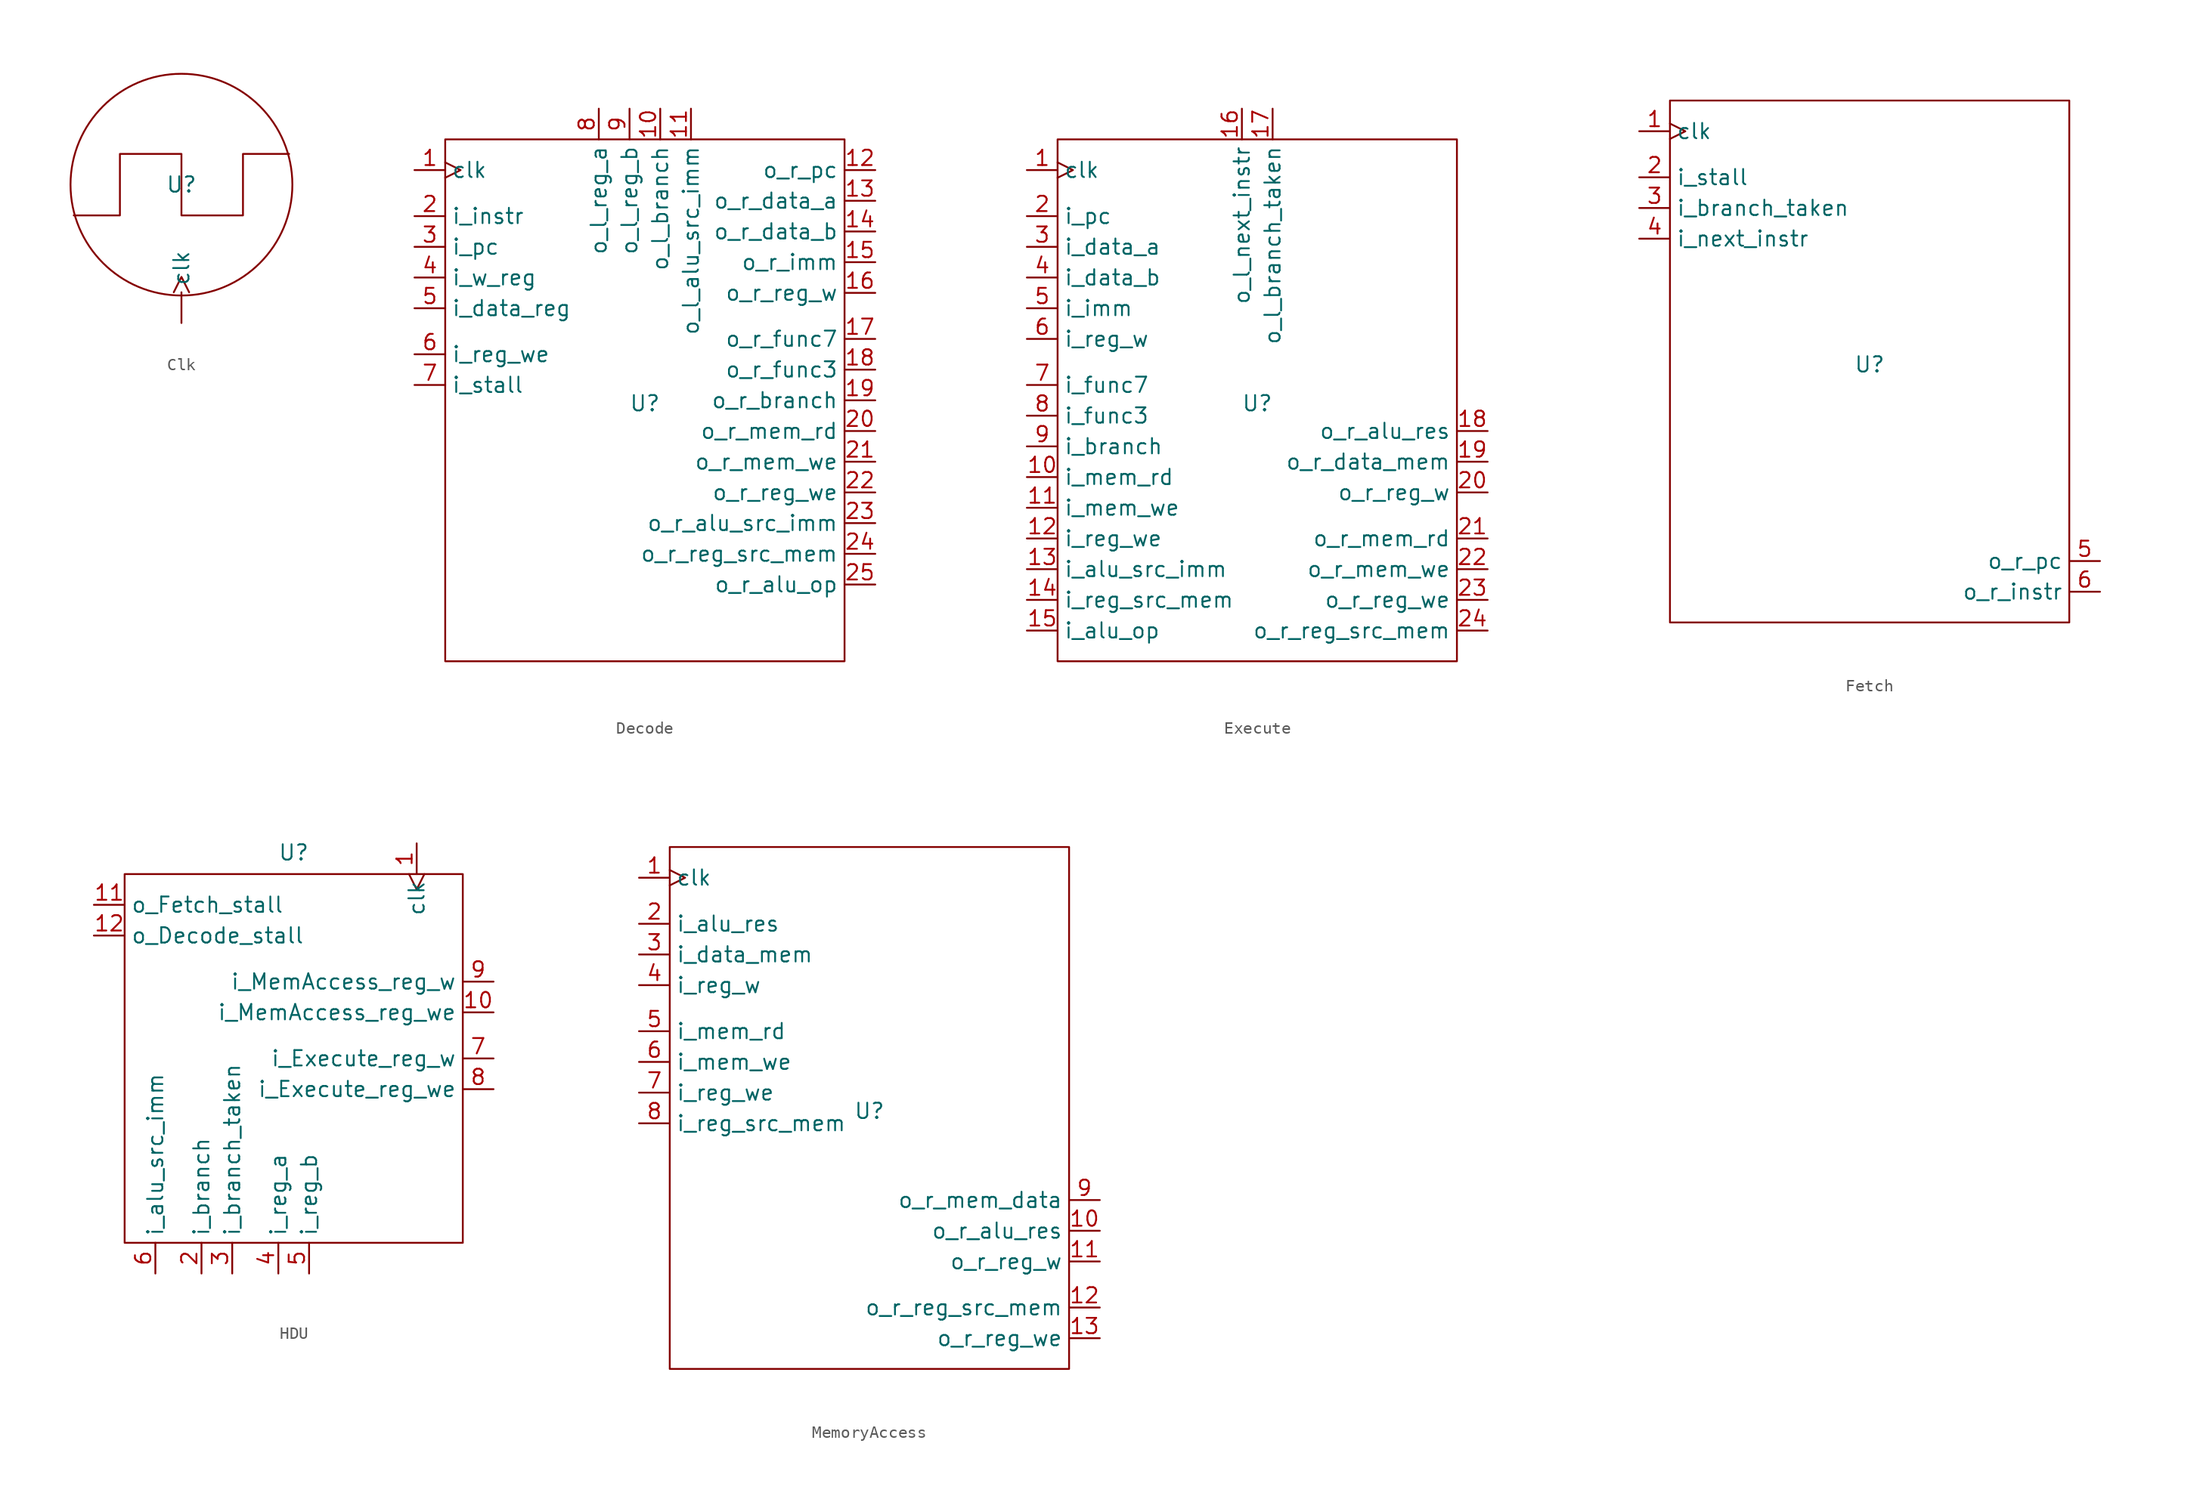
<source format=kicad_sym>
(kicad_symbol_lib
  (version 20231120)
  (generator "kicad_symbol_editor")
  (generator_version "8.0")
  (symbol "Clk"
    (power)
    (property "Reference" "U"
      (at 0 0 0)
      (effects (font (size 1.27 1.27))))
    (property "Value" ""
      (at 0 0 0)
      (effects (font (size 1.27 1.27))))
    (symbol "Clk_0_1"
      (polyline (pts (xy -8.89 -2.54) (xy -5.08 -2.54) (xy -5.08 2.54) (xy 0 2.54) (xy 0 -2.54) (xy 5.08 -2.54) (xy 5.08 2.54) (xy 8.89 2.54)) (stroke (width 0) (type default)) (fill (type none)))
      (circle (center 0 0) (radius 9.158) (stroke (width 0) (type default)) (fill (type none))))
    (symbol "Clk_1_1"
      (pin output clock (at 0 -11.43 90) (length 2.54) (name "clk" (effects (font (size 1.27 1.27)))) (number "" (effects (font (size 1.27 1.27)))))))
  (symbol "Decode"
    (property "Reference" "U"
      (at 0 -0.254 0)
      (effects (font (size 1.27 1.27))))
    (property "Value" ""
      (at 0 0 0)
      (effects (font (size 1.27 1.27))))
    (symbol "Decode_1_1"
      (rectangle (start -16.51 21.59) (end 16.51 -21.59) (stroke (width 0) (type default)) (fill (type none)))
      (pin input clock (at -19.05 19.05 0) (length 2.54) (name "clk" (effects (font (size 1.27 1.27)))) (number "1" (effects (font (size 1.27 1.27)))) (alternate "clock" input clock))
      (pin output line (at 1.27 24.13 270) (length 2.54) (name "o_l_branch" (effects (font (size 1.27 1.27)))) (number "10" (effects (font (size 1.27 1.27)))))
      (pin output line (at 3.81 24.13 270) (length 2.54) (name "o_l_alu_src_imm" (effects (font (size 1.27 1.27)))) (number "11" (effects (font (size 1.27 1.27)))))
      (pin output line (at 19.05 19.05 180) (length 2.54) (name "o_r_pc" (effects (font (size 1.27 1.27)))) (number "12" (effects (font (size 1.27 1.27)))))
      (pin output line (at 19.05 16.51 180) (length 2.54) (name "o_r_data_a" (effects (font (size 1.27 1.27)))) (number "13" (effects (font (size 1.27 1.27)))))
      (pin output line (at 19.05 13.97 180) (length 2.54) (name "o_r_data_b" (effects (font (size 1.27 1.27)))) (number "14" (effects (font (size 1.27 1.27)))))
      (pin output line (at 19.05 11.43 180) (length 2.54) (name "o_r_imm" (effects (font (size 1.27 1.27)))) (number "15" (effects (font (size 1.27 1.27)))))
      (pin output line (at 19.05 8.89 180) (length 2.54) (name "o_r_reg_w" (effects (font (size 1.27 1.27)))) (number "16" (effects (font (size 1.27 1.27)))))
      (pin output line (at 19.05 5.08 180) (length 2.54) (name "o_r_func7" (effects (font (size 1.27 1.27)))) (number "17" (effects (font (size 1.27 1.27)))))
      (pin output line (at 19.05 2.54 180) (length 2.54) (name "o_r_func3" (effects (font (size 1.27 1.27)))) (number "18" (effects (font (size 1.27 1.27)))))
      (pin output line (at 19.05 0 180) (length 2.54) (name "o_r_branch" (effects (font (size 1.27 1.27)))) (number "19" (effects (font (size 1.27 1.27)))))
      (pin input line (at -19.05 15.24 0) (length 2.54) (name "i_instr" (effects (font (size 1.27 1.27)))) (number "2" (effects (font (size 1.27 1.27)))))
      (pin output line (at 19.05 -2.54 180) (length 2.54) (name "o_r_mem_rd" (effects (font (size 1.27 1.27)))) (number "20" (effects (font (size 1.27 1.27)))))
      (pin output line (at 19.05 -5.08 180) (length 2.54) (name "o_r_mem_we" (effects (font (size 1.27 1.27)))) (number "21" (effects (font (size 1.27 1.27)))))
      (pin output line (at 19.05 -7.62 180) (length 2.54) (name "o_r_reg_we" (effects (font (size 1.27 1.27)))) (number "22" (effects (font (size 1.27 1.27)))))
      (pin output line (at 19.05 -10.16 180) (length 2.54) (name "o_r_alu_src_imm" (effects (font (size 1.27 1.27)))) (number "23" (effects (font (size 1.27 1.27)))))
      (pin output line (at 19.05 -12.7 180) (length 2.54) (name "o_r_reg_src_mem" (effects (font (size 1.27 1.27)))) (number "24" (effects (font (size 1.27 1.27)))))
      (pin output line (at 19.05 -15.24 180) (length 2.54) (name "o_r_alu_op" (effects (font (size 1.27 1.27)))) (number "25" (effects (font (size 1.27 1.27)))))
      (pin input line (at -19.05 12.7 0) (length 2.54) (name "i_pc" (effects (font (size 1.27 1.27)))) (number "3" (effects (font (size 1.27 1.27)))))
      (pin input line (at -19.05 10.16 0) (length 2.54) (name "i_w_reg" (effects (font (size 1.27 1.27)))) (number "4" (effects (font (size 1.27 1.27)))))
      (pin input line (at -19.05 7.62 0) (length 2.54) (name "i_data_reg" (effects (font (size 1.27 1.27)))) (number "5" (effects (font (size 1.27 1.27)))))
      (pin input line (at -19.05 3.81 0) (length 2.54) (name "i_reg_we" (effects (font (size 1.27 1.27)))) (number "6" (effects (font (size 1.27 1.27)))))
      (pin input line (at -19.05 1.27 0) (length 2.54) (name "i_stall" (effects (font (size 1.27 1.27)))) (number "7" (effects (font (size 1.27 1.27)))))
      (pin output line (at -3.81 24.13 270) (length 2.54) (name "o_l_reg_a" (effects (font (size 1.27 1.27)))) (number "8" (effects (font (size 1.27 1.27)))))
      (pin output line (at -1.27 24.13 270) (length 2.54) (name "o_l_reg_b" (effects (font (size 1.27 1.27)))) (number "9" (effects (font (size 1.27 1.27)))))))
  (symbol "Execute"
    (property "Reference" "U"
      (at 0 -0.254 0)
      (effects (font (size 1.27 1.27))))
    (property "Value" ""
      (at 0 0 0)
      (effects (font (size 1.27 1.27))))
    (symbol "Execute_1_1"
      (rectangle (start -16.51 21.59) (end 16.51 -21.59) (stroke (width 0) (type default)) (fill (type none)))
      (pin input clock (at -19.05 19.05 0) (length 2.54) (name "clk" (effects (font (size 1.27 1.27)))) (number "1" (effects (font (size 1.27 1.27)))) (alternate "clock" input clock))
      (pin input line (at -19.05 -6.35 0) (length 2.54) (name "i_mem_rd" (effects (font (size 1.27 1.27)))) (number "10" (effects (font (size 1.27 1.27)))))
      (pin input line (at -19.05 -8.89 0) (length 2.54) (name "i_mem_we" (effects (font (size 1.27 1.27)))) (number "11" (effects (font (size 1.27 1.27)))))
      (pin input line (at -19.05 -11.43 0) (length 2.54) (name "i_reg_we" (effects (font (size 1.27 1.27)))) (number "12" (effects (font (size 1.27 1.27)))))
      (pin input line (at -19.05 -13.97 0) (length 2.54) (name "i_alu_src_imm" (effects (font (size 1.27 1.27)))) (number "13" (effects (font (size 1.27 1.27)))))
      (pin input line (at -19.05 -16.51 0) (length 2.54) (name "i_reg_src_mem" (effects (font (size 1.27 1.27)))) (number "14" (effects (font (size 1.27 1.27)))))
      (pin input line (at -19.05 -19.05 0) (length 2.54) (name "i_alu_op" (effects (font (size 1.27 1.27)))) (number "15" (effects (font (size 1.27 1.27)))))
      (pin output line (at -1.27 24.13 270) (length 2.54) (name "o_l_next_instr" (effects (font (size 1.27 1.27)))) (number "16" (effects (font (size 1.27 1.27)))))
      (pin output line (at 1.27 24.13 270) (length 2.54) (name "o_l_branch_taken" (effects (font (size 1.27 1.27)))) (number "17" (effects (font (size 1.27 1.27)))))
      (pin output line (at 19.05 -2.54 180) (length 2.54) (name "o_r_alu_res" (effects (font (size 1.27 1.27)))) (number "18" (effects (font (size 1.27 1.27)))))
      (pin output line (at 19.05 -5.08 180) (length 2.54) (name "o_r_data_mem" (effects (font (size 1.27 1.27)))) (number "19" (effects (font (size 1.27 1.27)))))
      (pin input line (at -19.05 15.24 0) (length 2.54) (name "i_pc" (effects (font (size 1.27 1.27)))) (number "2" (effects (font (size 1.27 1.27)))))
      (pin output line (at 19.05 -7.62 180) (length 2.54) (name "o_r_reg_w" (effects (font (size 1.27 1.27)))) (number "20" (effects (font (size 1.27 1.27)))))
      (pin output line (at 19.05 -11.43 180) (length 2.54) (name "o_r_mem_rd" (effects (font (size 1.27 1.27)))) (number "21" (effects (font (size 1.27 1.27)))))
      (pin output line (at 19.05 -13.97 180) (length 2.54) (name "o_r_mem_we" (effects (font (size 1.27 1.27)))) (number "22" (effects (font (size 1.27 1.27)))))
      (pin output line (at 19.05 -16.51 180) (length 2.54) (name "o_r_reg_we" (effects (font (size 1.27 1.27)))) (number "23" (effects (font (size 1.27 1.27)))))
      (pin output line (at 19.05 -19.05 180) (length 2.54) (name "o_r_reg_src_mem" (effects (font (size 1.27 1.27)))) (number "24" (effects (font (size 1.27 1.27)))))
      (pin input line (at -19.05 12.7 0) (length 2.54) (name "i_data_a" (effects (font (size 1.27 1.27)))) (number "3" (effects (font (size 1.27 1.27)))))
      (pin input line (at -19.05 10.16 0) (length 2.54) (name "i_data_b" (effects (font (size 1.27 1.27)))) (number "4" (effects (font (size 1.27 1.27)))))
      (pin input line (at -19.05 7.62 0) (length 2.54) (name "i_imm" (effects (font (size 1.27 1.27)))) (number "5" (effects (font (size 1.27 1.27)))))
      (pin input line (at -19.05 5.08 0) (length 2.54) (name "i_reg_w" (effects (font (size 1.27 1.27)))) (number "6" (effects (font (size 1.27 1.27)))))
      (pin input line (at -19.05 1.27 0) (length 2.54) (name "i_func7" (effects (font (size 1.27 1.27)))) (number "7" (effects (font (size 1.27 1.27)))))
      (pin input line (at -19.05 -1.27 0) (length 2.54) (name "i_func3" (effects (font (size 1.27 1.27)))) (number "8" (effects (font (size 1.27 1.27)))))
      (pin input line (at -19.05 -3.81 0) (length 2.54) (name "i_branch" (effects (font (size 1.27 1.27)))) (number "9" (effects (font (size 1.27 1.27)))))))
  (symbol "Fetch"
    (property "Reference" "U"
      (at 0 -0.254 0)
      (effects (font (size 1.27 1.27))))
    (property "Value" ""
      (at 0 0 0)
      (effects (font (size 1.27 1.27))))
    (symbol "Fetch_1_1"
      (rectangle (start -16.51 21.59) (end 16.51 -21.59) (stroke (width 0) (type default)) (fill (type none)))
      (pin input clock (at -19.05 19.05 0) (length 2.54) (name "clk" (effects (font (size 1.27 1.27)))) (number "1" (effects (font (size 1.27 1.27)))) (alternate "clock" input clock))
      (pin input line (at -19.05 15.24 0) (length 2.54) (name "i_stall" (effects (font (size 1.27 1.27)))) (number "2" (effects (font (size 1.27 1.27)))))
      (pin input line (at -19.05 12.7 0) (length 2.54) (name "i_branch_taken" (effects (font (size 1.27 1.27)))) (number "3" (effects (font (size 1.27 1.27)))))
      (pin input line (at -19.05 10.16 0) (length 2.54) (name "i_next_instr" (effects (font (size 1.27 1.27)))) (number "4" (effects (font (size 1.27 1.27)))))
      (pin output line (at 19.05 -16.51 180) (length 2.54) (name "o_r_pc" (effects (font (size 1.27 1.27)))) (number "5" (effects (font (size 1.27 1.27)))))
      (pin output line (at 19.05 -19.05 180) (length 2.54) (name "o_r_instr" (effects (font (size 1.27 1.27)))) (number "6" (effects (font (size 1.27 1.27)))))))
  (symbol "HDU"
    (property "Reference" "U"
      (at 0 17.018 0)
      (effects (font (size 1.27 1.27))))
    (property "Value" ""
      (at 0 17.018 0)
      (effects (font (size 1.27 1.27))))
    (symbol "HDU_0_1"
      (rectangle (start -13.97 15.24) (end 13.97 -15.24) (stroke (width 0) (type default)) (fill (type none))))
    (symbol "HDU_1_1"
      (pin input clock (at 10.16 17.78 270) (length 2.54) (name "clk" (effects (font (size 1.27 1.27)))) (number "1" (effects (font (size 1.27 1.27)))))
      (pin output line (at 16.51 3.81 180) (length 2.54) (name "i_MemAccess_reg_we" (effects (font (size 1.27 1.27)))) (number "10" (effects (font (size 1.27 1.27)))))
      (pin output line (at -16.51 12.7 0) (length 2.54) (name "o_Fetch_stall" (effects (font (size 1.27 1.27)))) (number "11" (effects (font (size 1.27 1.27)))))
      (pin output line (at -16.51 10.16 0) (length 2.54) (name "o_Decode_stall" (effects (font (size 1.27 1.27)))) (number "12" (effects (font (size 1.27 1.27)))))
      (pin input line (at -7.62 -17.78 90) (length 2.54) (name "i_branch" (effects (font (size 1.27 1.27)))) (number "2" (effects (font (size 1.27 1.27)))))
      (pin input line (at -5.08 -17.78 90) (length 2.54) (name "i_branch_taken" (effects (font (size 1.27 1.27)))) (number "3" (effects (font (size 1.27 1.27)))))
      (pin input line (at -1.27 -17.78 90) (length 2.54) (name "i_reg_a" (effects (font (size 1.27 1.27)))) (number "4" (effects (font (size 1.27 1.27)))))
      (pin input line (at 1.27 -17.78 90) (length 2.54) (name "i_reg_b" (effects (font (size 1.27 1.27)))) (number "5" (effects (font (size 1.27 1.27)))))
      (pin input line (at -11.43 -17.78 90) (length 2.54) (name "i_alu_src_imm" (effects (font (size 1.27 1.27)))) (number "6" (effects (font (size 1.27 1.27)))))
      (pin output line (at 16.51 0 180) (length 2.54) (name "i_Execute_reg_w" (effects (font (size 1.27 1.27)))) (number "7" (effects (font (size 1.27 1.27)))))
      (pin output line (at 16.51 -2.54 180) (length 2.54) (name "i_Execute_reg_we" (effects (font (size 1.27 1.27)))) (number "8" (effects (font (size 1.27 1.27)))))
      (pin output line (at 16.51 6.35 180) (length 2.54) (name "i_MemAccess_reg_w" (effects (font (size 1.27 1.27)))) (number "9" (effects (font (size 1.27 1.27)))))))
  (symbol "MemoryAccess"
    (property "Reference" "U"
      (at 0 -0.254 0)
      (effects (font (size 1.27 1.27))))
    (property "Value" ""
      (at 0 0 0)
      (effects (font (size 1.27 1.27))))
    (symbol "MemoryAccess_1_1"
      (rectangle (start -16.51 21.59) (end 16.51 -21.59) (stroke (width 0) (type default)) (fill (type none)))
      (pin input clock (at -19.05 19.05 0) (length 2.54) (name "clk" (effects (font (size 1.27 1.27)))) (number "1" (effects (font (size 1.27 1.27)))) (alternate "clock" input clock))
      (pin output line (at 19.05 -10.16 180) (length 2.54) (name "o_r_alu_res" (effects (font (size 1.27 1.27)))) (number "10" (effects (font (size 1.27 1.27)))))
      (pin output line (at 19.05 -12.7 180) (length 2.54) (name "o_r_reg_w" (effects (font (size 1.27 1.27)))) (number "11" (effects (font (size 1.27 1.27)))))
      (pin output line (at 19.05 -16.51 180) (length 2.54) (name "o_r_reg_src_mem" (effects (font (size 1.27 1.27)))) (number "12" (effects (font (size 1.27 1.27)))))
      (pin output line (at 19.05 -19.05 180) (length 2.54) (name "o_r_reg_we" (effects (font (size 1.27 1.27)))) (number "13" (effects (font (size 1.27 1.27)))))
      (pin input line (at -19.05 15.24 0) (length 2.54) (name "i_alu_res" (effects (font (size 1.27 1.27)))) (number "2" (effects (font (size 1.27 1.27)))))
      (pin input line (at -19.05 12.7 0) (length 2.54) (name "i_data_mem" (effects (font (size 1.27 1.27)))) (number "3" (effects (font (size 1.27 1.27)))))
      (pin input line (at -19.05 10.16 0) (length 2.54) (name "i_reg_w" (effects (font (size 1.27 1.27)))) (number "4" (effects (font (size 1.27 1.27)))))
      (pin input line (at -19.05 6.35 0) (length 2.54) (name "i_mem_rd" (effects (font (size 1.27 1.27)))) (number "5" (effects (font (size 1.27 1.27)))))
      (pin input line (at -19.05 3.81 0) (length 2.54) (name "i_mem_we" (effects (font (size 1.27 1.27)))) (number "6" (effects (font (size 1.27 1.27)))))
      (pin input line (at -19.05 1.27 0) (length 2.54) (name "i_reg_we" (effects (font (size 1.27 1.27)))) (number "7" (effects (font (size 1.27 1.27)))))
      (pin input line (at -19.05 -1.27 0) (length 2.54) (name "i_reg_src_mem" (effects (font (size 1.27 1.27)))) (number "8" (effects (font (size 1.27 1.27)))))
      (pin output line (at 19.05 -7.62 180) (length 2.54) (name "o_r_mem_data" (effects (font (size 1.27 1.27)))) (number "9" (effects (font (size 1.27 1.27))))))))
</source>
